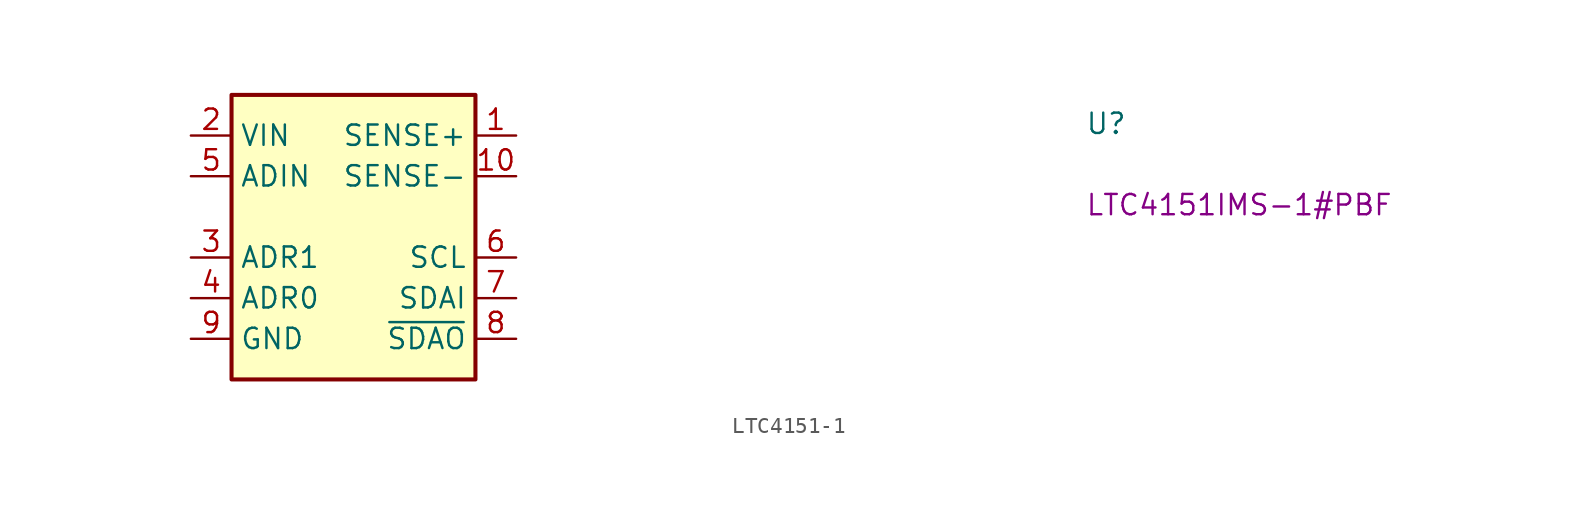
<source format=kicad_sym>
(kicad_symbol_lib
  (version 20220914)
  (generator kicad_symbol_editor)
  (symbol "LTC4151-1"
    (property "Reference" "U"
      (at 55.88 0 0)
      (effects (font (size 1.27 1.27) (thickness 0.15)) (justify left bottom)))
    (property "MPN" "LTC4151IMS-1#PBF"
      (at 55.88 -5.08 0)
      (effects (font (size 1.27 1.27) (thickness 0.15)) (justify left bottom)))
    (symbol "LTC4151-1_1_1"
      (rectangle (start 2.54 2.54) (end 17.78 -15.24) (stroke (width 0.254) (type default)) (fill (type background)))
      (pin passive line (at 20.32 0 180) (length 2.54) (name "SENSE+" (effects (font (size 1.27 1.27)))) (number "1" (effects (font (size 1.27 1.27)))))
      (pin input line (at 20.32 -2.54 180) (length 2.54) (name "SENSE-" (effects (font (size 1.27 1.27)))) (number "10" (effects (font (size 1.27 1.27)))))
      (pin input line (at 0 0 0) (length 2.54) (name "VIN" (effects (font (size 1.27 1.27)))) (number "2" (effects (font (size 1.27 1.27)))))
      (pin input line (at 0 -7.62 0) (length 2.54) (name "ADR1" (effects (font (size 1.27 1.27)))) (number "3" (effects (font (size 1.27 1.27)))))
      (pin input line (at 0 -10.16 0) (length 2.54) (name "ADR0" (effects (font (size 1.27 1.27)))) (number "4" (effects (font (size 1.27 1.27)))))
      (pin input line (at 0 -2.54 0) (length 2.54) (name "ADIN" (effects (font (size 1.27 1.27)))) (number "5" (effects (font (size 1.27 1.27)))))
      (pin input line (at 20.32 -7.62 180) (length 2.54) (name "SCL" (effects (font (size 1.27 1.27)))) (number "6" (effects (font (size 1.27 1.27)))))
      (pin input line (at 20.32 -10.16 180) (length 2.54) (name "SDAI" (effects (font (size 1.27 1.27)))) (number "7" (effects (font (size 1.27 1.27)))))
      (pin output line (at 20.32 -12.7 180) (length 2.54) (name "~{SDAO}" (effects (font (size 1.27 1.27)))) (number "8" (effects (font (size 1.27 1.27)))))
      (pin power_in line (at 0 -12.7 0) (length 2.54) (name "GND" (effects (font (size 1.27 1.27)))) (number "9" (effects (font (size 1.27 1.27))))))))
</source>
